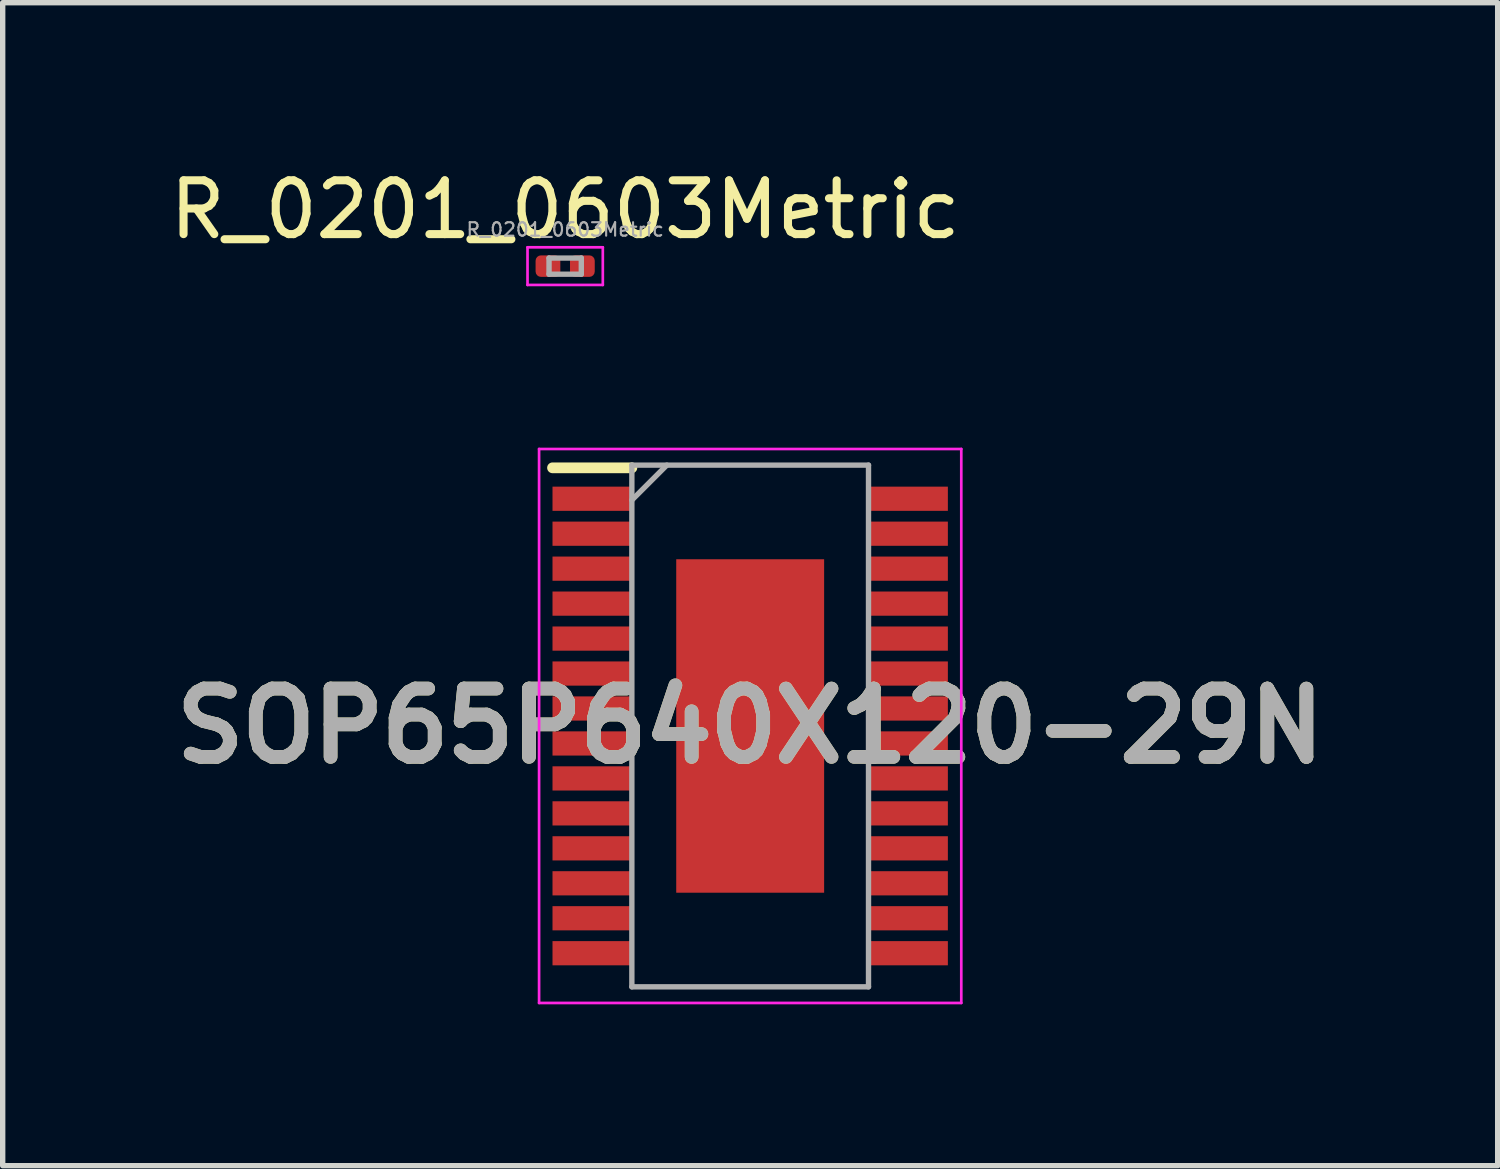
<source format=kicad_pcb>
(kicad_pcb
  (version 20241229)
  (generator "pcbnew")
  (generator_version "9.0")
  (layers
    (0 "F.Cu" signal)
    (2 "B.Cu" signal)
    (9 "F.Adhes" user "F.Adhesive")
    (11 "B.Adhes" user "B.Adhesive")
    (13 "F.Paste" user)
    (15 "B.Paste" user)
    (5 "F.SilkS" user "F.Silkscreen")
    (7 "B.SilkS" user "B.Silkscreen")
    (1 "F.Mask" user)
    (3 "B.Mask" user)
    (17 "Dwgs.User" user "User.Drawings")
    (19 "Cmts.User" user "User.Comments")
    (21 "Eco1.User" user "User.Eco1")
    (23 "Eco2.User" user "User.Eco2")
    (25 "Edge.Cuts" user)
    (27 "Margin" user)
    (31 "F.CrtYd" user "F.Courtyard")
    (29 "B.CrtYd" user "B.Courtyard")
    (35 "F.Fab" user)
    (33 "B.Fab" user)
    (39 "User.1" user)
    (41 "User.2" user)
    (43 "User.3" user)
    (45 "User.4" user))
  (footprint "SOP65P640X120-29N"
    (layer "F.Cu")
    (at 10.898 10.448)
    (property "Reference" "SOP65P640X120-29N" (at 0 0 0) (layer "F.SilkS") (effects (font (size 1.27 1.27) (thickness 0.254))))
    (attr smd)
    (fp_line (start -3.675 -4.8) (end -2.2 -4.8) (stroke (width 0.2) (type solid)) (layer "F.SilkS"))
    (fp_line (start -3.925 -5.15) (end 3.925 -5.15) (stroke (width 0.05) (type solid)) (layer "F.CrtYd"))
    (fp_line (start -3.925 5.15) (end -3.925 -5.15) (stroke (width 0.05) (type solid)) (layer "F.CrtYd"))
    (fp_line (start 3.925 -5.15) (end 3.925 5.15) (stroke (width 0.05) (type solid)) (layer "F.CrtYd"))
    (fp_line (start 3.925 5.15) (end -3.925 5.15) (stroke (width 0.05) (type solid)) (layer "F.CrtYd"))
    (fp_line (start -2.2 -4.85) (end 2.2 -4.85) (stroke (width 0.1) (type solid)) (layer "F.Fab"))
    (fp_line (start -2.2 -4.2) (end -1.55 -4.85) (stroke (width 0.1) (type solid)) (layer "F.Fab"))
    (fp_line (start -2.2 4.85) (end -2.2 -4.85) (stroke (width 0.1) (type solid)) (layer "F.Fab"))
    (fp_line (start 2.2 -4.85) (end 2.2 4.85) (stroke (width 0.1) (type solid)) (layer "F.Fab"))
    (fp_line (start 2.2 4.85) (end -2.2 4.85) (stroke (width 0.1) (type solid)) (layer "F.Fab"))
    (fp_text user "${REFERENCE}" (at 0 0 0) (layer "F.Fab") (effects (font (size 1.27 1.27) (thickness 0.254))))
    (pad "1" smd rect (at -2.938 -4.225 90) (size 0.45 1.475) (layers "F.Cu" "F.Mask" "F.Paste"))
    (pad "2" smd rect (at -2.938 -3.575 90) (size 0.45 1.475) (layers "F.Cu" "F.Mask" "F.Paste"))
    (pad "3" smd rect (at -2.938 -2.925 90) (size 0.45 1.475) (layers "F.Cu" "F.Mask" "F.Paste"))
    (pad "4" smd rect (at -2.938 -2.275 90) (size 0.45 1.475) (layers "F.Cu" "F.Mask" "F.Paste"))
    (pad "5" smd rect (at -2.938 -1.625 90) (size 0.45 1.475) (layers "F.Cu" "F.Mask" "F.Paste"))
    (pad "6" smd rect (at -2.938 -0.975 90) (size 0.45 1.475) (layers "F.Cu" "F.Mask" "F.Paste"))
    (pad "7" smd rect (at -2.938 -0.325 90) (size 0.45 1.475) (layers "F.Cu" "F.Mask" "F.Paste"))
    (pad "8" smd rect (at -2.938 0.325 90) (size 0.45 1.475) (layers "F.Cu" "F.Mask" "F.Paste"))
    (pad "9" smd rect (at -2.938 0.975 90) (size 0.45 1.475) (layers "F.Cu" "F.Mask" "F.Paste"))
    (pad "10" smd rect (at -2.938 1.625 90) (size 0.45 1.475) (layers "F.Cu" "F.Mask" "F.Paste"))
    (pad "11" smd rect (at -2.938 2.275 90) (size 0.45 1.475) (layers "F.Cu" "F.Mask" "F.Paste"))
    (pad "12" smd rect (at -2.938 2.925 90) (size 0.45 1.475) (layers "F.Cu" "F.Mask" "F.Paste"))
    (pad "13" smd rect (at -2.938 3.575 90) (size 0.45 1.475) (layers "F.Cu" "F.Mask" "F.Paste"))
    (pad "14" smd rect (at -2.938 4.225 90) (size 0.45 1.475) (layers "F.Cu" "F.Mask" "F.Paste"))
    (pad "15" smd rect (at 2.938 4.225 90) (size 0.45 1.475) (layers "F.Cu" "F.Mask" "F.Paste"))
    (pad "16" smd rect (at 2.938 3.575 90) (size 0.45 1.475) (layers "F.Cu" "F.Mask" "F.Paste"))
    (pad "17" smd rect (at 2.938 2.925 90) (size 0.45 1.475) (layers "F.Cu" "F.Mask" "F.Paste"))
    (pad "18" smd rect (at 2.938 2.275 90) (size 0.45 1.475) (layers "F.Cu" "F.Mask" "F.Paste"))
    (pad "19" smd rect (at 2.938 1.625 90) (size 0.45 1.475) (layers "F.Cu" "F.Mask" "F.Paste"))
    (pad "20" smd rect (at 2.938 0.975 90) (size 0.45 1.475) (layers "F.Cu" "F.Mask" "F.Paste"))
    (pad "21" smd rect (at 2.938 0.325 90) (size 0.45 1.475) (layers "F.Cu" "F.Mask" "F.Paste"))
    (pad "22" smd rect (at 2.938 -0.325 90) (size 0.45 1.475) (layers "F.Cu" "F.Mask" "F.Paste"))
    (pad "23" smd rect (at 2.938 -0.975 90) (size 0.45 1.475) (layers "F.Cu" "F.Mask" "F.Paste"))
    (pad "24" smd rect (at 2.938 -1.625 90) (size 0.45 1.475) (layers "F.Cu" "F.Mask" "F.Paste"))
    (pad "25" smd rect (at 2.938 -2.275 90) (size 0.45 1.475) (layers "F.Cu" "F.Mask" "F.Paste"))
    (pad "26" smd rect (at 2.938 -2.925 90) (size 0.45 1.475) (layers "F.Cu" "F.Mask" "F.Paste"))
    (pad "27" smd rect (at 2.938 -3.575 90) (size 0.45 1.475) (layers "F.Cu" "F.Mask" "F.Paste"))
    (pad "28" smd rect (at 2.938 -4.225 90) (size 0.45 1.475) (layers "F.Cu" "F.Mask" "F.Paste"))
    (pad "29" smd rect (at 0 0) (size 2.75 6.2) (layers "F.Cu" "F.Mask" "F.Paste")))
  (footprint "R_0201_0603Metric"
    (layer "F.Cu")
    (at 7.458 1.898)
    (property "Reference" "R_0201_0603Metric" (at 0 -1.05 0) (layer "F.SilkS") (effects (font (size 1 1) (thickness 0.15))))
    (attr smd)
    (fp_line (start -0.7 -0.35) (end 0.7 -0.35) (stroke (width 0.05) (type solid)) (layer "F.CrtYd"))
    (fp_line (start -0.7 0.35) (end -0.7 -0.35) (stroke (width 0.05) (type solid)) (layer "F.CrtYd"))
    (fp_line (start 0.7 -0.35) (end 0.7 0.35) (stroke (width 0.05) (type solid)) (layer "F.CrtYd"))
    (fp_line (start 0.7 0.35) (end -0.7 0.35) (stroke (width 0.05) (type solid)) (layer "F.CrtYd"))
    (fp_line (start -0.3 -0.15) (end 0.3 -0.15) (stroke (width 0.1) (type solid)) (layer "F.Fab"))
    (fp_line (start -0.3 0.15) (end -0.3 -0.15) (stroke (width 0.1) (type solid)) (layer "F.Fab"))
    (fp_line (start 0.3 -0.15) (end 0.3 0.15) (stroke (width 0.1) (type solid)) (layer "F.Fab"))
    (fp_line (start 0.3 0.15) (end -0.3 0.15) (stroke (width 0.1) (type solid)) (layer "F.Fab"))
    (fp_text user "${REFERENCE}" (at 0 -0.68 0) (layer "F.Fab") (effects (font (size 0.25 0.25) (thickness 0.04))))
    (pad "" smd roundrect (at -0.345 0) (size 0.318 0.36) (layers "F.Paste") (roundrect_rratio 0.25))
    (pad "" smd roundrect (at 0.345 0) (size 0.318 0.36) (layers "F.Paste") (roundrect_rratio 0.25))
    (pad "1" smd roundrect (at -0.32 0) (size 0.46 0.4) (layers "F.Cu" "F.Mask") (roundrect_rratio 0.25))
    (pad "2" smd roundrect (at 0.32 0) (size 0.46 0.4) (layers "F.Cu" "F.Mask") (roundrect_rratio 0.25)))
  (gr_rect
    (start -3 -3)
    (end 24.796 18.623)
    (stroke (width 0.1) (type default))
    (fill no)
    (layer "Edge.Cuts")))
</source>
